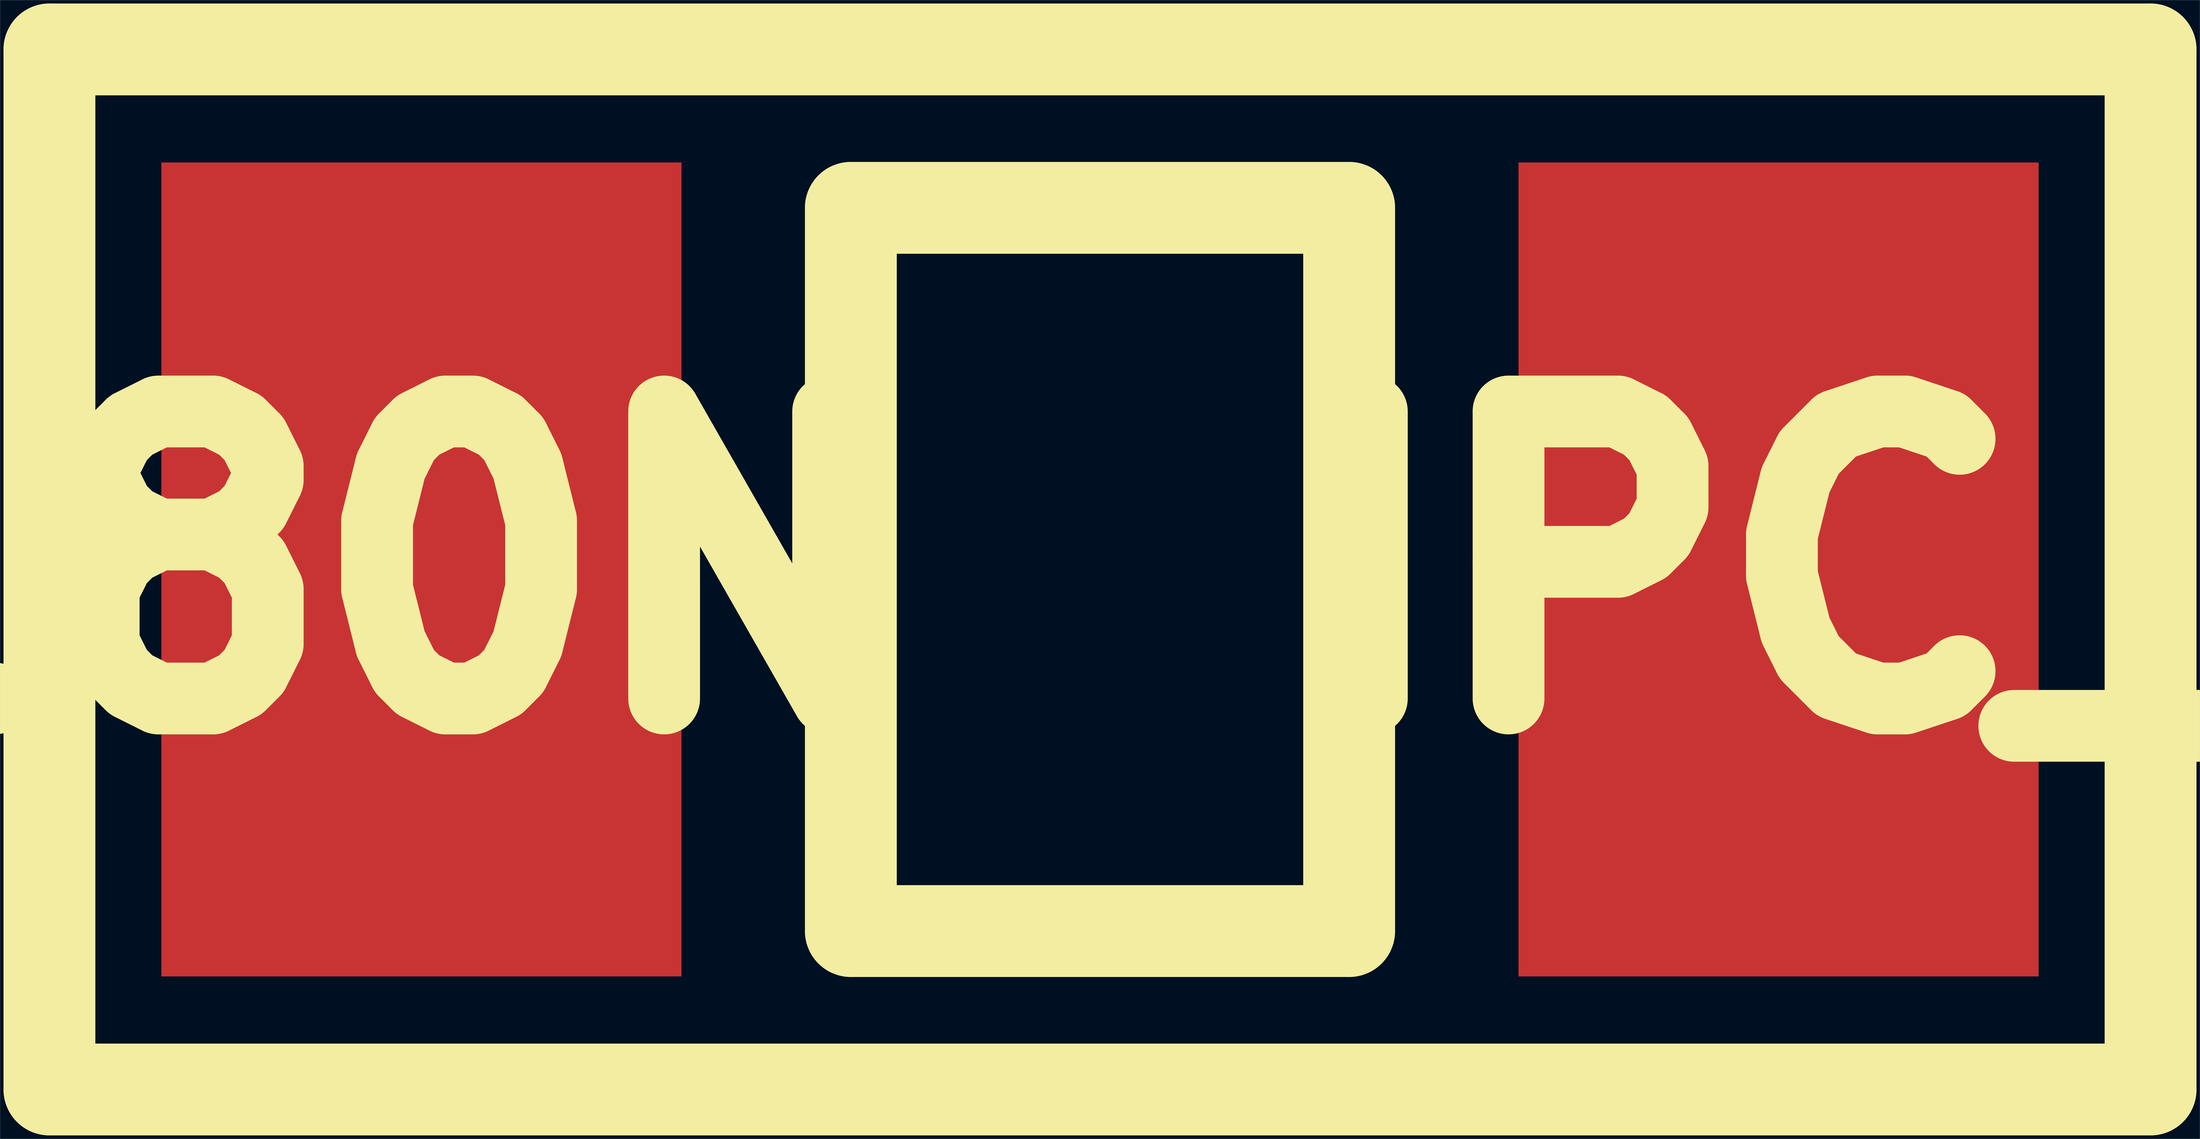
<source format=kicad_pcb>
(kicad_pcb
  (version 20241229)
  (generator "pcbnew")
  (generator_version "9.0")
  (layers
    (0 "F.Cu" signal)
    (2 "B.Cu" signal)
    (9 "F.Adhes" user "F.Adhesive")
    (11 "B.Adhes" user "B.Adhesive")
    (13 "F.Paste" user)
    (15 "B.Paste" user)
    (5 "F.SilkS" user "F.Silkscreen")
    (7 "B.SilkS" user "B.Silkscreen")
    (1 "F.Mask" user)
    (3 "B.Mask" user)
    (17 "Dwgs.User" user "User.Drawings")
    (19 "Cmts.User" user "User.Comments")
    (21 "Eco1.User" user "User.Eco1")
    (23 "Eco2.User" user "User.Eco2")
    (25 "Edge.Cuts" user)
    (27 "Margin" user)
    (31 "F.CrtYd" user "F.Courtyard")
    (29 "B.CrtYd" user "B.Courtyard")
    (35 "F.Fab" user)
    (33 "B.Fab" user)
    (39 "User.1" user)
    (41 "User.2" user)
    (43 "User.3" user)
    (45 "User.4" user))
  (footprint "IPC_CAPC3216X180N"
    (layer "F.Cu")
    (at 955 493)
    (property "Reference" "IPC_CAPC3216X180N" (at 0 0 0) (layer "F.SilkS") (effects (font (size 250 250) (thickness 120))))
    (attr through_hole)
    (fp_line (start -915 -453) (end 915 -453) (stroke (width 80) (type solid)) (layer "F.SilkS"))
    (fp_line (start -915 453) (end -915 -453) (stroke (width 80) (type solid)) (layer "F.SilkS"))
    (fp_line (start -217 -315) (end 217 -315) (stroke (width 80) (type solid)) (layer "F.SilkS"))
    (fp_line (start -217 315) (end -217 -315) (stroke (width 80) (type solid)) (layer "F.SilkS"))
    (fp_line (start 217 -315) (end 217 315) (stroke (width 80) (type solid)) (layer "F.SilkS"))
    (fp_line (start 217 315) (end -217 315) (stroke (width 80) (type solid)) (layer "F.SilkS"))
    (fp_line (start 915 -453) (end 915 453) (stroke (width 80) (type solid)) (layer "F.SilkS"))
    (fp_line (start 915 453) (end -915 453) (stroke (width 80) (type solid)) (layer "F.SilkS"))
    (pad "1" smd rect (at -591 0) (size 453 709) (layers "F.Cu" "F.Mask" "F.Paste"))
    (pad "2" smd rect (at 591 0) (size 453 709) (layers "F.Cu" "F.Mask" "F.Paste")))
  (gr_rect
    (start -3 -3)
    (end 1913 989)
    (stroke (width 0.1) (type default))
    (fill no)
    (layer "Edge.Cuts")))
</source>
